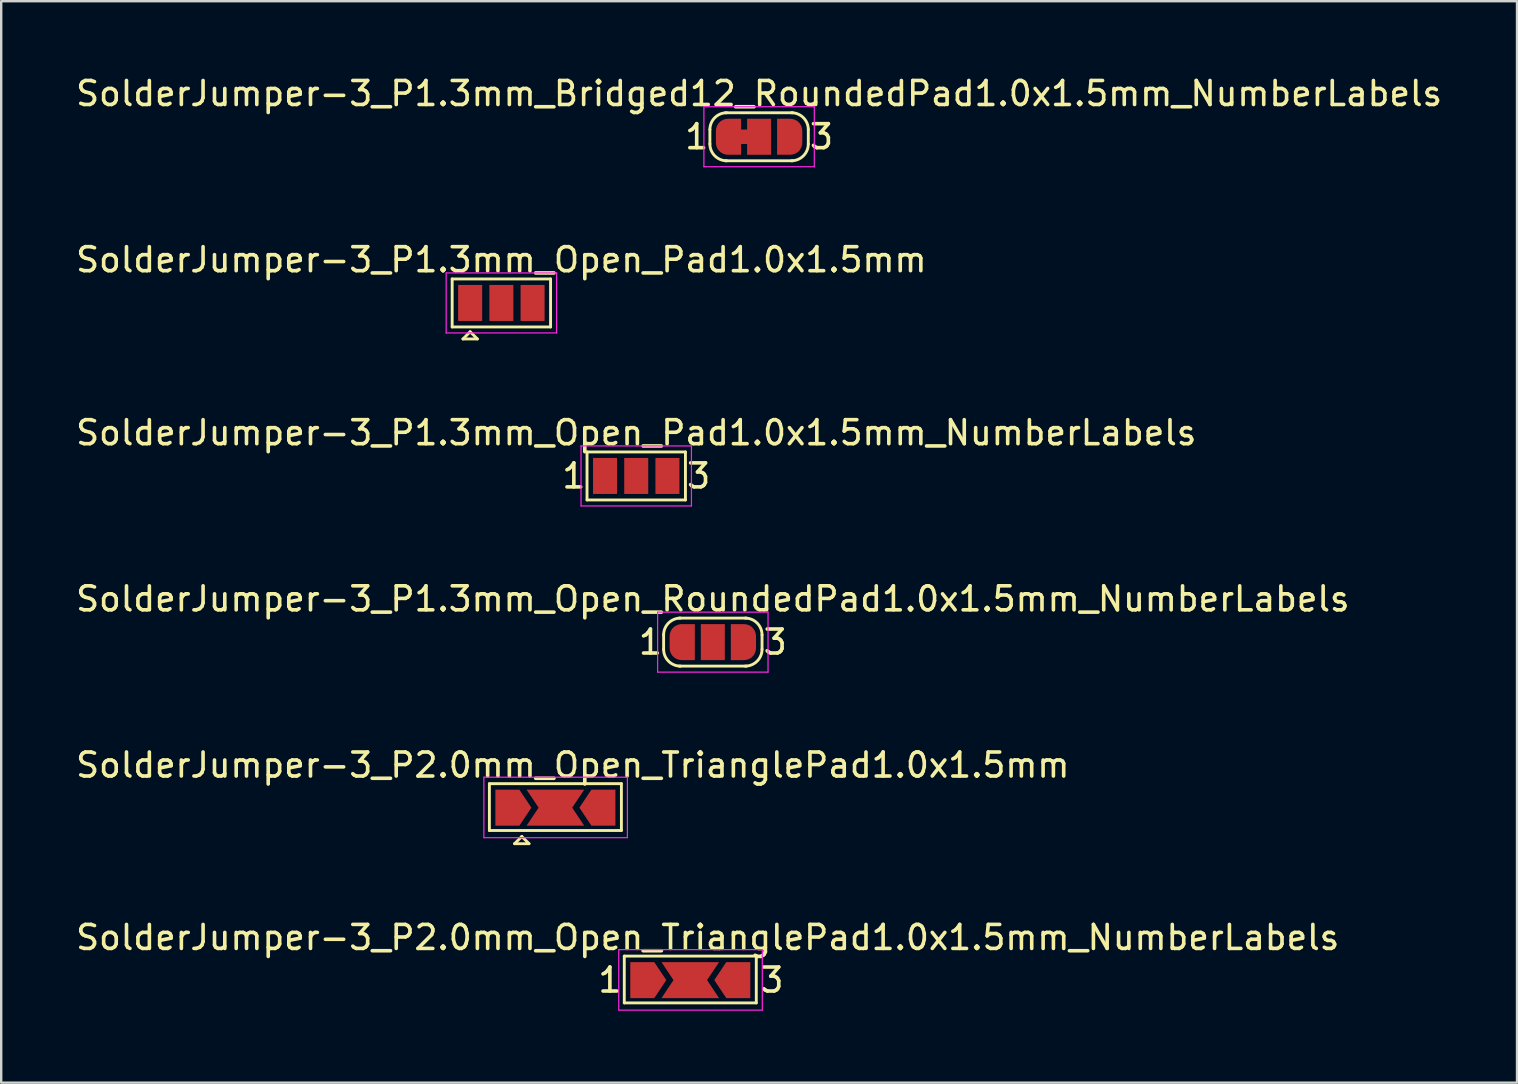
<source format=kicad_pcb>
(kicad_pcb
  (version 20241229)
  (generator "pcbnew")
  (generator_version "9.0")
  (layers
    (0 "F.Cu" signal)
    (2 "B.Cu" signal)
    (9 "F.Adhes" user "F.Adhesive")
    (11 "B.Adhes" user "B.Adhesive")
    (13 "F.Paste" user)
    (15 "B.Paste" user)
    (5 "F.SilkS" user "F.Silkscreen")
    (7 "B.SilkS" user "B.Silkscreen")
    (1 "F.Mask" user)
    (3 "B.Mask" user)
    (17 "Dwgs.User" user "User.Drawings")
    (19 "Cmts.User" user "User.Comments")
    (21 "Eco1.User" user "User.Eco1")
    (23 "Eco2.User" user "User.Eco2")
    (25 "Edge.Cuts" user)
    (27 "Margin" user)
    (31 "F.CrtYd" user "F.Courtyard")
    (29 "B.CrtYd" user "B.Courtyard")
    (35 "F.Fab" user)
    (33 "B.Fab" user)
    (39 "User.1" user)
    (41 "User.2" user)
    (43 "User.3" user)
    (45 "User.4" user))
  (footprint "SolderJumper-3_P1.3mm_Open_Pad1.0x1.5mm_NumberLabels"
    (layer "F.Cu")
    (at 23.458 16.78)
    (property "Reference" "SolderJumper-3_P1.3mm_Open_Pad1.0x1.5mm_NumberLabels" (at 0 -1.8 0) (layer "F.SilkS") (effects (font (size 1 1) (thickness 0.15))))
    (attr exclude_from_pos_files exclude_from_bom)
    (fp_line (start -2.05 -1) (end 2.05 -1) (stroke (width 0.12) (type solid)) (layer "F.SilkS"))
    (fp_line (start -2.05 1) (end -2.05 -1) (stroke (width 0.12) (type solid)) (layer "F.SilkS"))
    (fp_line (start 2.05 -1) (end 2.05 1) (stroke (width 0.12) (type solid)) (layer "F.SilkS"))
    (fp_line (start 2.05 1) (end -2.05 1) (stroke (width 0.12) (type solid)) (layer "F.SilkS"))
    (fp_line (start -2.3 -1.25) (end -2.3 1.25) (stroke (width 0.05) (type solid)) (layer "F.CrtYd"))
    (fp_line (start -2.3 -1.25) (end 2.3 -1.25) (stroke (width 0.05) (type solid)) (layer "F.CrtYd"))
    (fp_line (start 2.3 1.25) (end -2.3 1.25) (stroke (width 0.05) (type solid)) (layer "F.CrtYd"))
    (fp_line (start 2.3 1.25) (end 2.3 -1.25) (stroke (width 0.05) (type solid)) (layer "F.CrtYd"))
    (fp_text user "3" (at 2.6 0 0) (layer "F.SilkS") (effects (font (size 1 1) (thickness 0.15))))
    (fp_text user "1" (at -2.6 0 0) (layer "F.SilkS") (effects (font (size 1 1) (thickness 0.15))))
    (pad "1" smd rect (at -1.3 0) (size 1 1.5) (layers "F.Cu" "F.Mask"))
    (pad "2" smd rect (at 0 0) (size 1 1.5) (layers "F.Cu" "F.Mask"))
    (pad "3" smd rect (at 1.3 0) (size 1 1.5) (layers "F.Cu" "F.Mask")))
  (footprint "SolderJumper-3_P2.0mm_Open_TrianglePad1.0x1.5mm"
    (layer "F.Cu")
    (at 20.09 30.601)
    (property "Reference" "SolderJumper-3_P2.0mm_Open_TrianglePad1.0x1.5mm" (at 0.725 -1.775 0) (layer "F.SilkS") (effects (font (size 1 1) (thickness 0.15))))
    (attr exclude_from_pos_files exclude_from_bom)
    (fp_line (start -2.75 -1) (end 2.75 -1) (stroke (width 0.12) (type solid)) (layer "F.SilkS"))
    (fp_line (start -2.75 0.95) (end -2.75 -1) (stroke (width 0.12) (type solid)) (layer "F.SilkS"))
    (fp_line (start -1.7 1.5) (end -1.1 1.5) (stroke (width 0.12) (type solid)) (layer "F.SilkS"))
    (fp_line (start -1.4 1.2) (end -1.7 1.5) (stroke (width 0.12) (type solid)) (layer "F.SilkS"))
    (fp_line (start -1.1 1.5) (end -1.4 1.2) (stroke (width 0.12) (type solid)) (layer "F.SilkS"))
    (fp_line (start 2.75 -1) (end 2.75 0.95) (stroke (width 0.12) (type solid)) (layer "F.SilkS"))
    (fp_line (start 2.75 0.95) (end -2.75 0.95) (stroke (width 0.12) (type solid)) (layer "F.SilkS"))
    (fp_line (start -2.98 -1.27) (end -2.98 1.25) (stroke (width 0.05) (type solid)) (layer "F.CrtYd"))
    (fp_line (start -2.98 -1.27) (end 3 -1.27) (stroke (width 0.05) (type solid)) (layer "F.CrtYd"))
    (fp_line (start 3 1.25) (end -2.98 1.25) (stroke (width 0.05) (type solid)) (layer "F.CrtYd"))
    (fp_line (start 3 1.25) (end 3 -1.27) (stroke (width 0.05) (type solid)) (layer "F.CrtYd"))
    (pad "" smd rect (at -1.2 0) (size 1.5 1.5) (layers "F.Mask"))
    (pad "" smd rect (at 1.2 0) (size 1.5 1.5) (layers "F.Mask"))
    (pad "1" smd custom (at -2 0) (size 0.3 0.3) (layers "F.Cu" "F.Mask") (options (anchor rect)) (primitives (gr_poly (pts (xy -0.5 -0.75) (xy 0.5 -0.75) (xy 1 0) (xy 0.5 0.75) (xy -0.5 0.75)) (width 0) (fill yes))))
    (pad "2" smd custom (at 0 0) (size 0.3 0.3) (layers "F.Cu") (options (anchor rect)) (primitives (gr_poly (pts (xy -1.2 -0.75) (xy 1.2 -0.75) (xy 0.7 0) (xy 1.2 0.75) (xy -1.2 0.75) (xy -0.7 0)) (width 0) (fill yes))))
    (pad "3" smd custom (at 2 0 180) (size 0.3 0.3) (layers "F.Cu" "F.Mask") (options (anchor rect)) (primitives (gr_poly (pts (xy -0.5 -0.75) (xy 0.5 -0.75) (xy 1 0) (xy 0.5 0.75) (xy -0.5 0.75)) (width 0) (fill yes)))))
  (footprint "SolderJumper-3_P1.3mm_Open_Pad1.0x1.5mm"
    (layer "F.Cu")
    (at 17.839 9.572)
    (property "Reference" "SolderJumper-3_P1.3mm_Open_Pad1.0x1.5mm" (at 0 -1.8 0) (layer "F.SilkS") (effects (font (size 1 1) (thickness 0.15))))
    (attr exclude_from_pos_files exclude_from_bom)
    (fp_line (start -2.05 -1) (end 2.05 -1) (stroke (width 0.12) (type solid)) (layer "F.SilkS"))
    (fp_line (start -2.05 1) (end -2.05 -1) (stroke (width 0.12) (type solid)) (layer "F.SilkS"))
    (fp_line (start -1.6 1.5) (end -1 1.5) (stroke (width 0.12) (type solid)) (layer "F.SilkS"))
    (fp_line (start -1.3 1.2) (end -1.6 1.5) (stroke (width 0.12) (type solid)) (layer "F.SilkS"))
    (fp_line (start -1.3 1.2) (end -1 1.5) (stroke (width 0.12) (type solid)) (layer "F.SilkS"))
    (fp_line (start 2.05 -1) (end 2.05 1) (stroke (width 0.12) (type solid)) (layer "F.SilkS"))
    (fp_line (start 2.05 1) (end -2.05 1) (stroke (width 0.12) (type solid)) (layer "F.SilkS"))
    (fp_line (start -2.3 -1.25) (end -2.3 1.25) (stroke (width 0.05) (type solid)) (layer "F.CrtYd"))
    (fp_line (start -2.3 -1.25) (end 2.3 -1.25) (stroke (width 0.05) (type solid)) (layer "F.CrtYd"))
    (fp_line (start 2.3 1.25) (end -2.3 1.25) (stroke (width 0.05) (type solid)) (layer "F.CrtYd"))
    (fp_line (start 2.3 1.25) (end 2.3 -1.25) (stroke (width 0.05) (type solid)) (layer "F.CrtYd"))
    (pad "1" smd rect (at -1.3 0) (size 1 1.5) (layers "F.Cu" "F.Mask"))
    (pad "2" smd rect (at 0 0) (size 1 1.5) (layers "F.Cu" "F.Mask"))
    (pad "3" smd rect (at 1.3 0) (size 1 1.5) (layers "F.Cu" "F.Mask")))
  (footprint "SolderJumper-3_P1.3mm_Open_RoundedPad1.0x1.5mm_NumberLabels"
    (layer "F.Cu")
    (at 26.649 23.703)
    (property "Reference" "SolderJumper-3_P1.3mm_Open_RoundedPad1.0x1.5mm_NumberLabels" (at 0 -1.8 0) (layer "F.SilkS") (effects (font (size 1 1) (thickness 0.15))))
    (attr exclude_from_pos_files exclude_from_bom)
    (fp_line (start -2.05 0.3) (end -2.05 -0.3) (stroke (width 0.12) (type solid)) (layer "F.SilkS"))
    (fp_line (start -1.4 -1) (end 1.4 -1) (stroke (width 0.12) (type solid)) (layer "F.SilkS"))
    (fp_line (start 1.4 1) (end -1.4 1) (stroke (width 0.12) (type solid)) (layer "F.SilkS"))
    (fp_line (start 2.05 -0.3) (end 2.05 0.3) (stroke (width 0.12) (type solid)) (layer "F.SilkS"))
    (fp_arc (start -2.05 -0.3) (mid -1.844975 -0.794975) (end -1.35 -1) (stroke (width 0.12) (type solid)) (layer "F.SilkS"))
    (fp_arc (start -1.35 1) (mid -1.844975 0.794975) (end -2.05 0.3) (stroke (width 0.12) (type solid)) (layer "F.SilkS"))
    (fp_arc (start 1.35 -1) (mid 1.844975 -0.794975) (end 2.05 -0.3) (stroke (width 0.12) (type solid)) (layer "F.SilkS"))
    (fp_arc (start 2.05 0.3) (mid 1.844975 0.794975) (end 1.35 1) (stroke (width 0.12) (type solid)) (layer "F.SilkS"))
    (fp_line (start -2.3 -1.25) (end -2.3 1.25) (stroke (width 0.05) (type solid)) (layer "F.CrtYd"))
    (fp_line (start -2.3 -1.25) (end 2.3 -1.25) (stroke (width 0.05) (type solid)) (layer "F.CrtYd"))
    (fp_line (start 2.3 1.25) (end -2.3 1.25) (stroke (width 0.05) (type solid)) (layer "F.CrtYd"))
    (fp_line (start 2.3 1.25) (end 2.3 -1.25) (stroke (width 0.05) (type solid)) (layer "F.CrtYd"))
    (fp_text user "3" (at 2.6 0 0) (layer "F.SilkS") (effects (font (size 1 1) (thickness 0.15))))
    (fp_text user "1" (at -2.6 0 0) (layer "F.SilkS") (effects (font (size 1 1) (thickness 0.15))))
    (pad "1" smd custom (at -1.3 0) (size 1 0.5) (layers "F.Cu" "F.Mask") (options (anchor rect)) (primitives (gr_circle (center 0 0.25) (end 0.5 0.25) (width 0) (fill yes)) (gr_circle (center 0 -0.25) (end 0.5 -0.25) (width 0) (fill yes)) (gr_poly (pts (xy 0.55 -0.75) (xy 0 -0.75) (xy 0 0.75) (xy 0.55 0.75)) (width 0) (fill yes))))
    (pad "2" smd rect (at 0 0) (size 1 1.5) (layers "F.Cu" "F.Mask"))
    (pad "3" smd custom (at 1.3 0) (size 1 0.5) (layers "F.Cu" "F.Mask") (options (anchor rect)) (primitives (gr_circle (center 0 0.25) (end 0.5 0.25) (width 0) (fill yes)) (gr_circle (center 0 -0.25) (end 0.5 -0.25) (width 0) (fill yes)) (gr_poly (pts (xy -0.55 -0.75) (xy 0 -0.75) (xy 0 0.75) (xy -0.55 0.75)) (width 0) (fill yes)))))
  (footprint "SolderJumper-3_P1.3mm_Bridged12_RoundedPad1.0x1.5mm_NumberLabels"
    (layer "F.Cu")
    (at 28.577 2.648)
    (property "Reference" "SolderJumper-3_P1.3mm_Bridged12_RoundedPad1.0x1.5mm_NumberLabels" (at 0 -1.8 0) (layer "F.SilkS") (effects (font (size 1 1) (thickness 0.15))))
    (attr exclude_from_pos_files exclude_from_bom)
    (fp_poly (pts (xy -0.9 -0.3) (xy -0.4 -0.3) (xy -0.4 0.3) (xy -0.9 0.3)) (stroke (width 0) (type solid)) (fill yes) (layer "F.Cu"))
    (fp_line (start -2.05 0.3) (end -2.05 -0.3) (stroke (width 0.12) (type solid)) (layer "F.SilkS"))
    (fp_line (start -1.4 -1) (end 1.4 -1) (stroke (width 0.12) (type solid)) (layer "F.SilkS"))
    (fp_line (start 1.4 1) (end -1.4 1) (stroke (width 0.12) (type solid)) (layer "F.SilkS"))
    (fp_line (start 2.05 -0.3) (end 2.05 0.3) (stroke (width 0.12) (type solid)) (layer "F.SilkS"))
    (fp_arc (start -2.05 -0.3) (mid -1.844975 -0.794975) (end -1.35 -1) (stroke (width 0.12) (type solid)) (layer "F.SilkS"))
    (fp_arc (start -1.35 1) (mid -1.844975 0.794975) (end -2.05 0.3) (stroke (width 0.12) (type solid)) (layer "F.SilkS"))
    (fp_arc (start 1.35 -1) (mid 1.844975 -0.794975) (end 2.05 -0.3) (stroke (width 0.12) (type solid)) (layer "F.SilkS"))
    (fp_arc (start 2.05 0.3) (mid 1.844975 0.794975) (end 1.35 1) (stroke (width 0.12) (type solid)) (layer "F.SilkS"))
    (fp_line (start -2.3 -1.25) (end -2.3 1.25) (stroke (width 0.05) (type solid)) (layer "F.CrtYd"))
    (fp_line (start -2.3 -1.25) (end 2.3 -1.25) (stroke (width 0.05) (type solid)) (layer "F.CrtYd"))
    (fp_line (start 2.3 1.25) (end -2.3 1.25) (stroke (width 0.05) (type solid)) (layer "F.CrtYd"))
    (fp_line (start 2.3 1.25) (end 2.3 -1.25) (stroke (width 0.05) (type solid)) (layer "F.CrtYd"))
    (fp_text user "1" (at -2.6 0 0) (layer "F.SilkS") (effects (font (size 1 1) (thickness 0.15))))
    (fp_text user "3" (at 2.6 0 0) (layer "F.SilkS") (effects (font (size 1 1) (thickness 0.15))))
    (pad "1" smd custom (at -1.3 0) (size 1 0.5) (layers "F.Cu" "F.Mask") (options (anchor rect)) (primitives (gr_poly (pts (xy 0.55 -0.75) (xy 0 -0.75) (xy 0 0.75) (xy 0.55 0.75)) (width 0) (fill yes)) (gr_circle (center 0 0.25) (end 0.5 0.25) (width 0) (fill yes)) (gr_circle (center 0 -0.25) (end 0.5 -0.25) (width 0) (fill yes))))
    (pad "2" smd rect (at 0 0) (size 1 1.5) (layers "F.Cu" "F.Mask"))
    (pad "3" smd custom (at 1.3 0) (size 1 0.5) (layers "F.Cu" "F.Mask") (options (anchor rect)) (primitives (gr_circle (center 0 0.25) (end 0.5 0.25) (width 0) (fill yes)) (gr_circle (center 0 -0.25) (end 0.5 -0.25) (width 0) (fill yes)) (gr_poly (pts (xy -0.55 -0.75) (xy 0 -0.75) (xy 0 0.75) (xy -0.55 0.75)) (width 0) (fill yes)))))
  (footprint "SolderJumper-3_P2.0mm_Open_TrianglePad1.0x1.5mm_NumberLabels"
    (layer "F.Cu")
    (at 25.71 37.785)
    (property "Reference" "SolderJumper-3_P2.0mm_Open_TrianglePad1.0x1.5mm_NumberLabels" (at 0.725 -1.775 0) (layer "F.SilkS") (effects (font (size 1 1) (thickness 0.15))))
    (attr exclude_from_pos_files exclude_from_bom)
    (fp_line (start -2.75 -1) (end 2.75 -1) (stroke (width 0.12) (type solid)) (layer "F.SilkS"))
    (fp_line (start -2.75 0.95) (end -2.75 -1) (stroke (width 0.12) (type solid)) (layer "F.SilkS"))
    (fp_line (start 2.75 -1) (end 2.75 0.95) (stroke (width 0.12) (type solid)) (layer "F.SilkS"))
    (fp_line (start 2.75 0.95) (end -2.75 0.95) (stroke (width 0.12) (type solid)) (layer "F.SilkS"))
    (fp_line (start -2.98 -1.27) (end -2.98 1.25) (stroke (width 0.05) (type solid)) (layer "F.CrtYd"))
    (fp_line (start -2.98 -1.27) (end 3 -1.27) (stroke (width 0.05) (type solid)) (layer "F.CrtYd"))
    (fp_line (start 3 1.25) (end -2.98 1.25) (stroke (width 0.05) (type solid)) (layer "F.CrtYd"))
    (fp_line (start 3 1.25) (end 3 -1.27) (stroke (width 0.05) (type solid)) (layer "F.CrtYd"))
    (fp_text user "3" (at 3.4 0 0) (layer "F.SilkS") (effects (font (size 1 1) (thickness 0.15))))
    (fp_text user "1" (at -3.35 0 0) (layer "F.SilkS") (effects (font (size 1 1) (thickness 0.15))))
    (pad "" smd rect (at -1.2 0) (size 1.5 1.5) (layers "F.Mask"))
    (pad "" smd rect (at 1.2 0) (size 1.5 1.5) (layers "F.Mask"))
    (pad "1" smd custom (at -2 0) (size 0.3 0.3) (layers "F.Cu" "F.Mask") (options (anchor rect)) (primitives (gr_poly (pts (xy -0.5 -0.75) (xy 0.5 -0.75) (xy 1 0) (xy 0.5 0.75) (xy -0.5 0.75)) (width 0) (fill yes))))
    (pad "2" smd custom (at 0 0) (size 0.3 0.3) (layers "F.Cu") (options (anchor rect)) (primitives (gr_poly (pts (xy -1.2 -0.75) (xy 1.2 -0.75) (xy 0.7 0) (xy 1.2 0.75) (xy -1.2 0.75) (xy -0.7 0)) (width 0) (fill yes))))
    (pad "3" smd custom (at 2 0 180) (size 0.3 0.3) (layers "F.Cu" "F.Mask") (options (anchor rect)) (primitives (gr_poly (pts (xy -0.5 -0.75) (xy 0.5 -0.75) (xy 1 0) (xy 0.5 0.75) (xy -0.5 0.75)) (width 0) (fill yes)))))
  (gr_rect
    (start -3 -3)
    (end 60.155 42.059)
    (stroke (width 0.1) (type default))
    (fill no)
    (layer "Edge.Cuts")))
</source>
